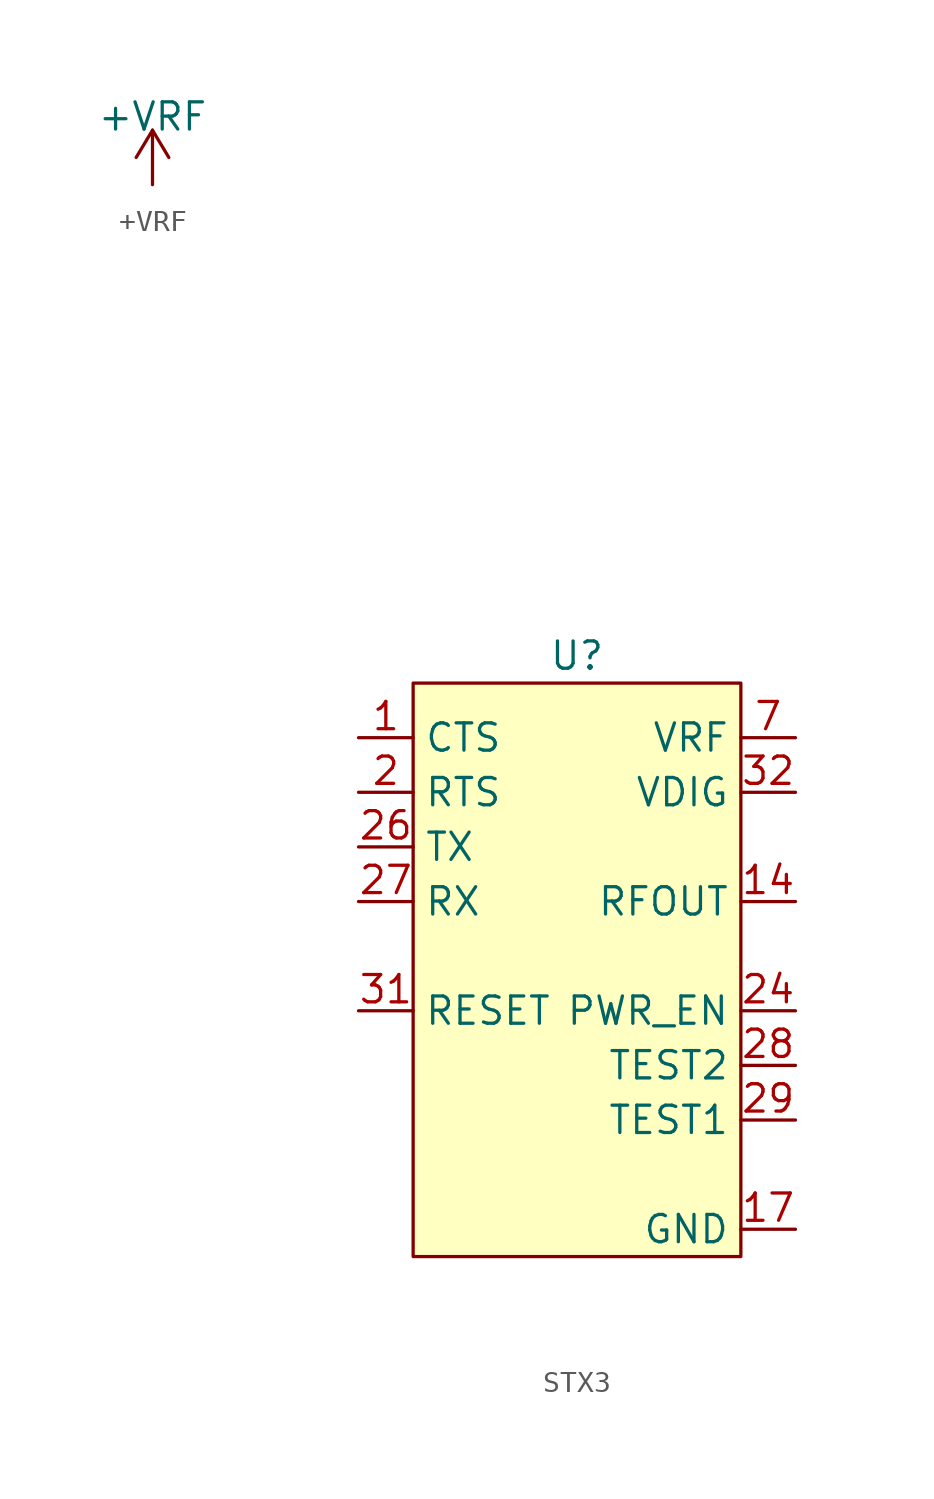
<source format=kicad_sym>
(kicad_symbol_lib
  (version 20220914)
  (generator kicad_symbol_editor)
  (symbol "+VRF"
    (power)
    (pin_names
      (offset 0))
    (property "Reference" "#PWR017"
      (at 0 -3.81 0)
      (effects (font (size 1.27 1.27)) hide))
    (property "Value" "+VRF"
      (at 0 3.175 0)
      (effects (font (size 1.27 1.27))))
    (symbol "+VRF_0_1"
      (polyline (pts (xy -0.762 1.27) (xy 0 2.54)) (stroke (width 0) (type default)) (fill (type none)))
      (polyline (pts (xy 0 0) (xy 0 2.54)) (stroke (width 0) (type default)) (fill (type none)))
      (polyline (pts (xy 0 2.54) (xy 0.762 1.27)) (stroke (width 0) (type default)) (fill (type none))))
    (symbol "+VRF_1_1"
      (pin power_in line (at 0 0 90) (length 0) hide (name "+3V0" (effects (font (size 1.27 1.27)))) (number "1" (effects (font (size 1.27 1.27)))))))
  (symbol "STX3"
    (property "Reference" "U"
      (at 0 1.27 0)
      (effects (font (size 1.27 1.27))))
    (property "Value" ""
      (at 0 0 0)
      (effects (font (size 1.27 1.27))))
    (symbol "STX3_0_1"
      (rectangle (start -7.62 0) (end 7.62 -26.67) (stroke (width 0) (type default)) (fill (type background))))
    (symbol "STX3_1_1"
      (pin input line (at -10.16 -2.54 0) (length 2.54) (name "CTS" (effects (font (size 1.27 1.27)))) (number "1" (effects (font (size 1.27 1.27)))))
      (pin input line (at 10.16 -25.4 180) (length 2.54) hide (name "GND" (effects (font (size 1.27 1.27)))) (number "10" (effects (font (size 1.27 1.27)))))
      (pin input line (at 10.16 -25.4 180) (length 2.54) hide (name "GND" (effects (font (size 1.27 1.27)))) (number "11" (effects (font (size 1.27 1.27)))))
      (pin input line (at 10.16 -25.4 180) (length 2.54) hide (name "GND" (effects (font (size 1.27 1.27)))) (number "12" (effects (font (size 1.27 1.27)))))
      (pin input line (at 10.16 -25.4 180) (length 2.54) hide (name "GND" (effects (font (size 1.27 1.27)))) (number "13" (effects (font (size 1.27 1.27)))))
      (pin input line (at 10.16 -10.16 180) (length 2.54) (name "RFOUT" (effects (font (size 1.27 1.27)))) (number "14" (effects (font (size 1.27 1.27)))))
      (pin input line (at 10.16 -25.4 180) (length 2.54) hide (name "GND" (effects (font (size 1.27 1.27)))) (number "15" (effects (font (size 1.27 1.27)))))
      (pin input line (at 10.16 -25.4 180) (length 2.54) hide (name "GND" (effects (font (size 1.27 1.27)))) (number "16" (effects (font (size 1.27 1.27)))))
      (pin input line (at 10.16 -25.4 180) (length 2.54) (name "GND" (effects (font (size 1.27 1.27)))) (number "17" (effects (font (size 1.27 1.27)))))
      (pin input line (at 10.16 -25.4 180) (length 2.54) hide (name "GND" (effects (font (size 1.27 1.27)))) (number "18" (effects (font (size 1.27 1.27)))))
      (pin input line (at 10.16 -25.4 180) (length 2.54) hide (name "GND" (effects (font (size 1.27 1.27)))) (number "19" (effects (font (size 1.27 1.27)))))
      (pin input line (at -10.16 -5.08 0) (length 2.54) (name "RTS" (effects (font (size 1.27 1.27)))) (number "2" (effects (font (size 1.27 1.27)))))
      (pin input line (at 10.16 -25.4 180) (length 2.54) hide (name "GND" (effects (font (size 1.27 1.27)))) (number "20" (effects (font (size 1.27 1.27)))))
      (pin no_connect line (at -7.62 12.7 0) (length 2.54) hide (name "" (effects (font (size 1.27 1.27)))) (number "21" (effects (font (size 1.27 1.27)))))
      (pin no_connect line (at -7.62 10.16 0) (length 2.54) hide (name "" (effects (font (size 1.27 1.27)))) (number "22" (effects (font (size 1.27 1.27)))))
      (pin no_connect line (at -7.62 7.62 0) (length 2.54) hide (name "" (effects (font (size 1.27 1.27)))) (number "23" (effects (font (size 1.27 1.27)))))
      (pin open_collector line (at 10.16 -15.24 180) (length 2.54) (name "PWR_EN" (effects (font (size 1.27 1.27)))) (number "24" (effects (font (size 1.27 1.27)))))
      (pin no_connect line (at -7.62 5.08 0) (length 2.54) hide (name "" (effects (font (size 1.27 1.27)))) (number "25" (effects (font (size 1.27 1.27)))))
      (pin input line (at -10.16 -7.62 0) (length 2.54) (name "TX" (effects (font (size 1.27 1.27)))) (number "26" (effects (font (size 1.27 1.27)))))
      (pin input line (at -10.16 -10.16 0) (length 2.54) (name "RX" (effects (font (size 1.27 1.27)))) (number "27" (effects (font (size 1.27 1.27)))))
      (pin input line (at 10.16 -17.78 180) (length 2.54) (name "TEST2" (effects (font (size 1.27 1.27)))) (number "28" (effects (font (size 1.27 1.27)))))
      (pin input line (at 10.16 -20.32 180) (length 2.54) (name "TEST1" (effects (font (size 1.27 1.27)))) (number "29" (effects (font (size 1.27 1.27)))))
      (pin no_connect line (at -7.62 22.86 0) (length 2.54) hide (name "" (effects (font (size 1.27 1.27)))) (number "3" (effects (font (size 1.27 1.27)))))
      (pin no_connect line (at -7.62 2.54 0) (length 2.54) hide (name "" (effects (font (size 1.27 1.27)))) (number "30" (effects (font (size 1.27 1.27)))))
      (pin input line (at -10.16 -15.24 0) (length 2.54) (name "RESET" (effects (font (size 1.27 1.27)))) (number "31" (effects (font (size 1.27 1.27)))))
      (pin input line (at 10.16 -5.08 180) (length 2.54) (name "VDIG" (effects (font (size 1.27 1.27)))) (number "32" (effects (font (size 1.27 1.27)))))
      (pin no_connect line (at -7.62 20.32 0) (length 2.54) hide (name "" (effects (font (size 1.27 1.27)))) (number "4" (effects (font (size 1.27 1.27)))))
      (pin no_connect line (at -7.62 17.78 0) (length 2.54) hide (name "" (effects (font (size 1.27 1.27)))) (number "5" (effects (font (size 1.27 1.27)))))
      (pin no_connect line (at -7.62 15.24 0) (length 2.54) hide (name "" (effects (font (size 1.27 1.27)))) (number "6" (effects (font (size 1.27 1.27)))))
      (pin input line (at 10.16 -2.54 180) (length 2.54) (name "VRF" (effects (font (size 1.27 1.27)))) (number "7" (effects (font (size 1.27 1.27)))))
      (pin input line (at 10.16 -25.4 180) (length 2.54) hide (name "GND" (effects (font (size 1.27 1.27)))) (number "8" (effects (font (size 1.27 1.27)))))
      (pin input line (at 10.16 -25.4 180) (length 2.54) hide (name "GND" (effects (font (size 1.27 1.27)))) (number "9" (effects (font (size 1.27 1.27))))))))
</source>
